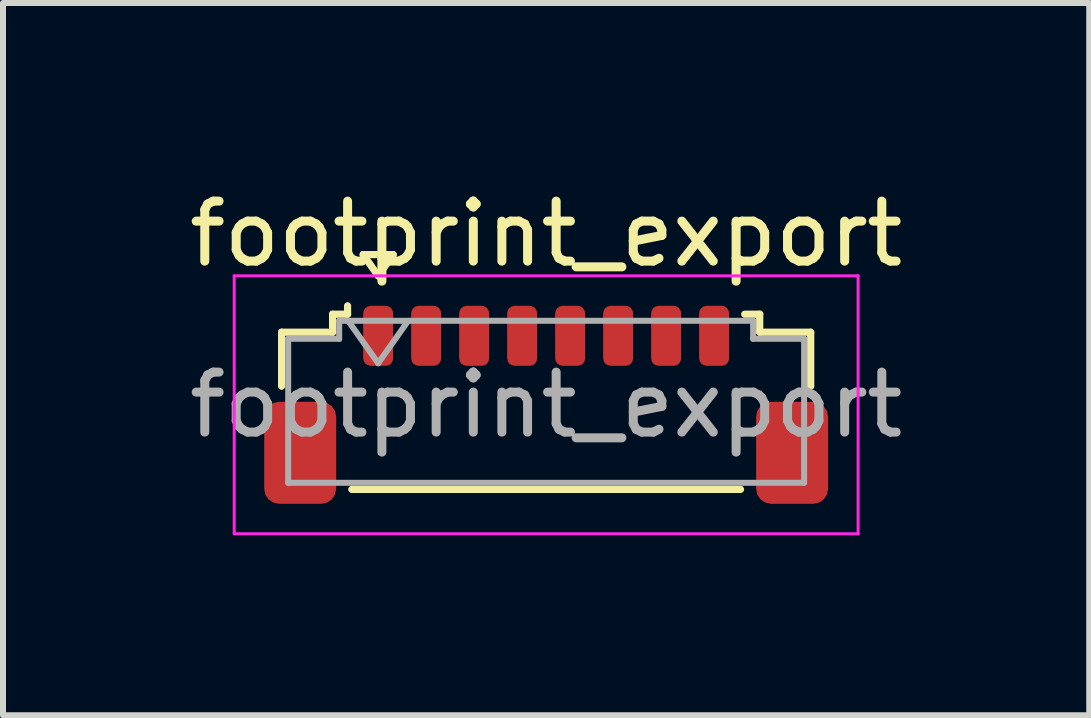
<source format=kicad_pcb>
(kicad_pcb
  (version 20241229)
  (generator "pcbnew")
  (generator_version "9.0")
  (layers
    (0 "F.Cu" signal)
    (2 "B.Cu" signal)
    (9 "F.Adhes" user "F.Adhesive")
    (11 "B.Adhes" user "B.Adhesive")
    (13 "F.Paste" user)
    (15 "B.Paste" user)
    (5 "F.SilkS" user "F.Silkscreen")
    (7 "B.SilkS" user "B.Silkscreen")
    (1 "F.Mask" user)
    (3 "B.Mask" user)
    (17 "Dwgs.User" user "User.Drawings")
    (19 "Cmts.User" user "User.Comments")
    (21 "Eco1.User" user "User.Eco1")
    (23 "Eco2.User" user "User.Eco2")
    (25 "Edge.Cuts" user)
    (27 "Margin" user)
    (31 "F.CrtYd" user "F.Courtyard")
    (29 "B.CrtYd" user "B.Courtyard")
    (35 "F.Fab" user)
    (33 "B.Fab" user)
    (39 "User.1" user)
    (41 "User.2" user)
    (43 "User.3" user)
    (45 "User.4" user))
  (footprint "footprint_export"
    (layer "F.Cu")
    (at 6.054 3.698)
    (property "Reference" "footprint_export" (at 0 -2.85 0) (layer "F.SilkS") (effects (font (size 1 1) (thickness 0.15))))
    (attr smd)
    (fp_line (start -4.41 -1.21) (end -3.56 -1.21) (stroke (width 0.12) (type solid)) (layer "F.SilkS"))
    (fp_line (start -4.41 -0.31) (end -4.41 -1.21) (stroke (width 0.12) (type solid)) (layer "F.SilkS"))
    (fp_line (start -3.56 -1.51) (end -3.31 -1.51) (stroke (width 0.12) (type solid)) (layer "F.SilkS"))
    (fp_line (start -3.56 -1.21) (end -3.56 -1.51) (stroke (width 0.12) (type solid)) (layer "F.SilkS"))
    (fp_line (start -3.31 -1.51) (end -3.31 -1.65) (stroke (width 0.12) (type solid)) (layer "F.SilkS"))
    (fp_line (start -3.24 1.41) (end 3.24 1.41) (stroke (width 0.12) (type solid)) (layer "F.SilkS"))
    (fp_line (start -3.05 -2.504) (end -2.8 -2.15) (stroke (width 0.12) (type solid)) (layer "F.SilkS"))
    (fp_line (start -2.8 -2.15) (end -2.55 -2.504) (stroke (width 0.12) (type solid)) (layer "F.SilkS"))
    (fp_line (start -2.55 -2.504) (end -3.05 -2.504) (stroke (width 0.12) (type solid)) (layer "F.SilkS"))
    (fp_line (start 3.56 -1.51) (end 3.31 -1.51) (stroke (width 0.12) (type solid)) (layer "F.SilkS"))
    (fp_line (start 3.56 -1.21) (end 3.56 -1.51) (stroke (width 0.12) (type solid)) (layer "F.SilkS"))
    (fp_line (start 4.41 -1.21) (end 3.56 -1.21) (stroke (width 0.12) (type solid)) (layer "F.SilkS"))
    (fp_line (start 4.41 -0.31) (end 4.41 -1.21) (stroke (width 0.12) (type solid)) (layer "F.SilkS"))
    (fp_line (start -5.2 -2.15) (end -5.2 2.15) (stroke (width 0.05) (type solid)) (layer "F.CrtYd"))
    (fp_line (start -5.2 2.15) (end 5.2 2.15) (stroke (width 0.05) (type solid)) (layer "F.CrtYd"))
    (fp_line (start 5.2 -2.15) (end -5.2 -2.15) (stroke (width 0.05) (type solid)) (layer "F.CrtYd"))
    (fp_line (start 5.2 2.15) (end 5.2 -2.15) (stroke (width 0.05) (type solid)) (layer "F.CrtYd"))
    (fp_line (start -4.3 -1.1) (end -4.3 1.3) (stroke (width 0.1) (type solid)) (layer "F.Fab"))
    (fp_line (start -4.3 -1.1) (end -3.45 -1.1) (stroke (width 0.1) (type solid)) (layer "F.Fab"))
    (fp_line (start -4.3 1.3) (end 4.3 1.3) (stroke (width 0.1) (type solid)) (layer "F.Fab"))
    (fp_line (start -3.45 -1.4) (end 3.45 -1.4) (stroke (width 0.1) (type solid)) (layer "F.Fab"))
    (fp_line (start -3.45 -1.1) (end -3.45 -1.4) (stroke (width 0.1) (type solid)) (layer "F.Fab"))
    (fp_line (start -3.3 -1.4) (end -2.8 -0.693) (stroke (width 0.1) (type solid)) (layer "F.Fab"))
    (fp_line (start -2.8 -0.693) (end -2.3 -1.4) (stroke (width 0.1) (type solid)) (layer "F.Fab"))
    (fp_line (start 3.45 -1.4) (end 3.45 -1.1) (stroke (width 0.1) (type solid)) (layer "F.Fab"))
    (fp_line (start 3.45 -1.1) (end 4.3 -1.1) (stroke (width 0.1) (type solid)) (layer "F.Fab"))
    (fp_line (start 4.3 -1.1) (end 4.3 1.3) (stroke (width 0.1) (type solid)) (layer "F.Fab"))
    (fp_text user "${REFERENCE}" (at 0 0 0) (layer "F.Fab") (effects (font (size 1 1) (thickness 0.15))))
    (pad "1" smd roundrect (at -2.8 -1.15) (size 0.5 1) (layers "F.Cu" "F.Mask" "F.Paste") (roundrect_rratio 0.25))
    (pad "2" smd roundrect (at -2 -1.15) (size 0.5 1) (layers "F.Cu" "F.Mask" "F.Paste") (roundrect_rratio 0.25))
    (pad "3" smd roundrect (at -1.2 -1.15) (size 0.5 1) (layers "F.Cu" "F.Mask" "F.Paste") (roundrect_rratio 0.25))
    (pad "4" smd roundrect (at -0.4 -1.15) (size 0.5 1) (layers "F.Cu" "F.Mask" "F.Paste") (roundrect_rratio 0.25))
    (pad "5" smd roundrect (at 0.4 -1.15) (size 0.5 1) (layers "F.Cu" "F.Mask" "F.Paste") (roundrect_rratio 0.25))
    (pad "6" smd roundrect (at 1.2 -1.15) (size 0.5 1) (layers "F.Cu" "F.Mask" "F.Paste") (roundrect_rratio 0.25))
    (pad "7" smd roundrect (at 2 -1.15) (size 0.5 1) (layers "F.Cu" "F.Mask" "F.Paste") (roundrect_rratio 0.25))
    (pad "8" smd roundrect (at 2.8 -1.15) (size 0.5 1) (layers "F.Cu" "F.Mask" "F.Paste") (roundrect_rratio 0.25))
    (pad "MP" smd roundrect (at -4.1 0.8) (size 1.2 1.7) (layers "F.Cu" "F.Mask" "F.Paste") (roundrect_rratio 0.208))
    (pad "MP" smd roundrect (at 4.1 0.8) (size 1.2 1.7) (layers "F.Cu" "F.Mask" "F.Paste") (roundrect_rratio 0.208)))
  (gr_rect
    (start -3 -3)
    (end 15.107 8.873)
    (stroke (width 0.1) (type default))
    (fill no)
    (layer "Edge.Cuts")))
</source>
